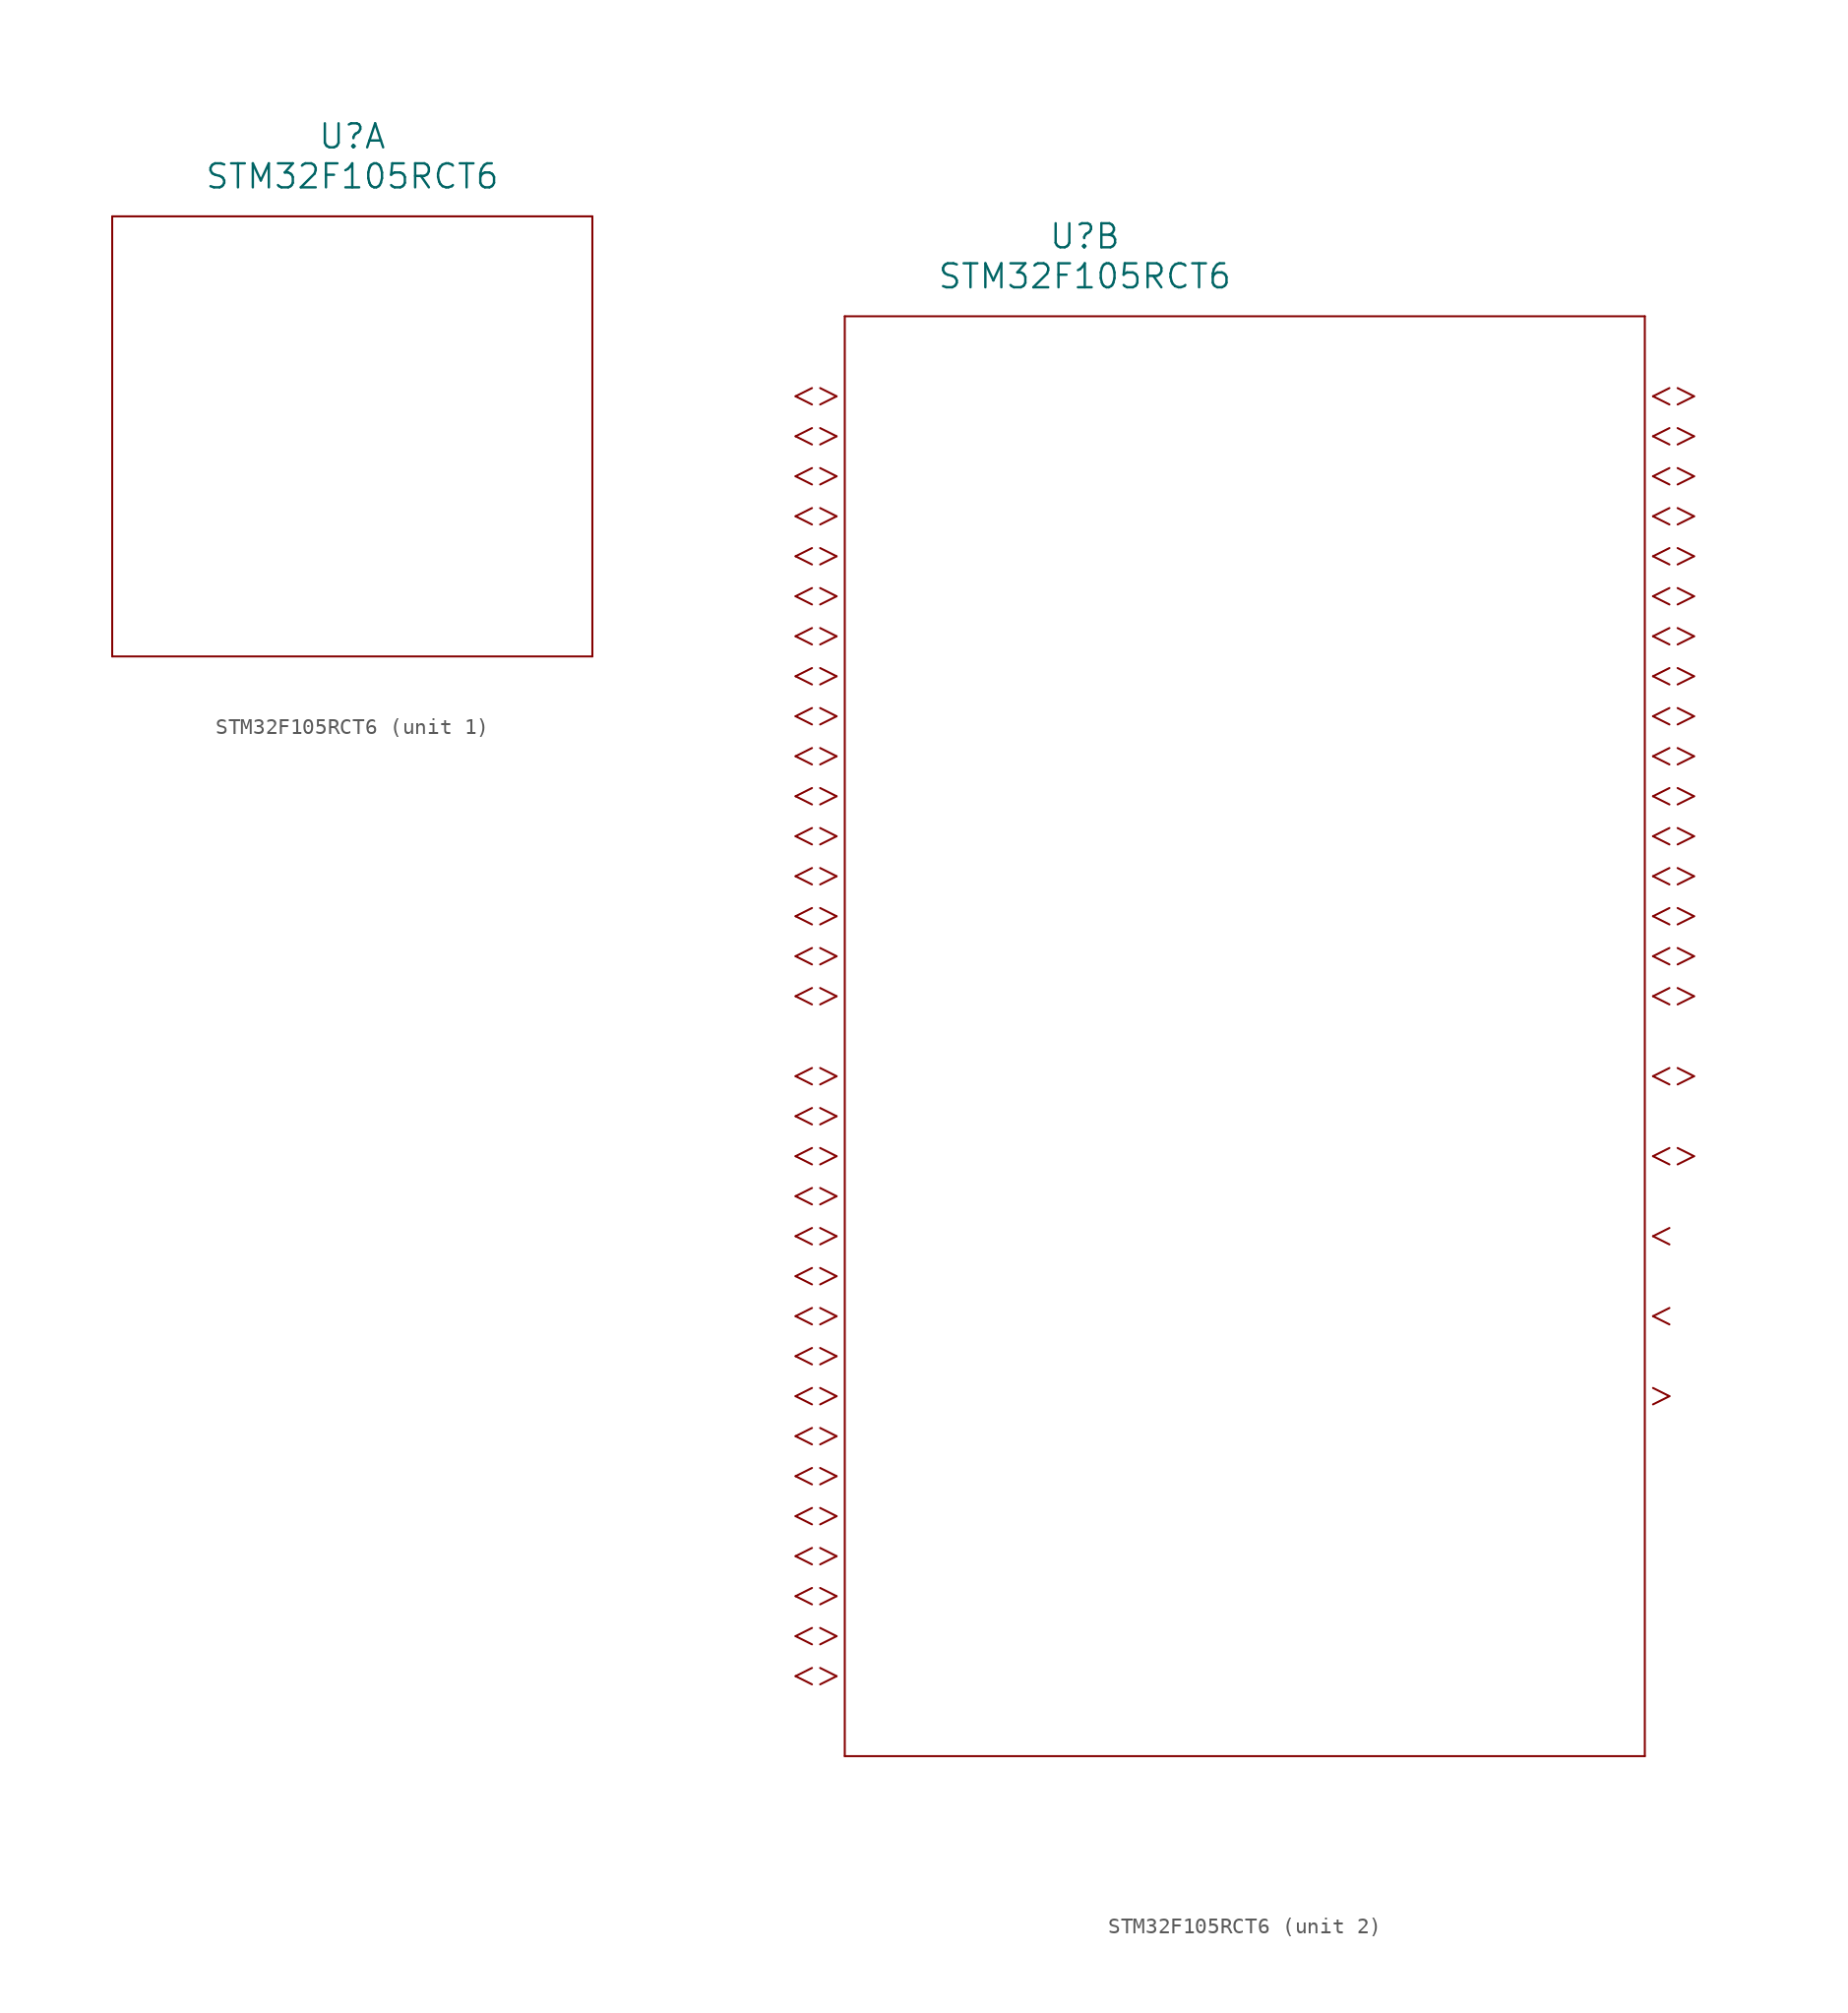
<source format=kicad_sym>
(kicad_symbol_lib
  (version 20211014)
  (generator kicad_symbol_editor)
  (symbol "STM32F105RCT6"
    (pin_names
      (offset 0.254))
    (property "Reference" "U"
      (at 22.86 10.16 0)
      (effects (font (size 1.524 1.524))))
    (property "Value" "STM32F105RCT6"
      (at 22.86 7.62 0)
      (effects (font (size 1.524 1.524))))
    (symbol "STM32F105RCT6_1_1"
      (polyline (pts (xy 7.62 5.08) (xy 7.62 -22.86)) (stroke (width 0.127) (type default) (color 0 0 0 0)) (fill (type none)))
      (polyline (pts (xy 7.62 -22.86) (xy 38.1 -22.86)) (stroke (width 0.127) (type default) (color 0 0 0 0)) (fill (type none)))
      (polyline (pts (xy 38.1 -22.86) (xy 38.1 5.08)) (stroke (width 0.127) (type default) (color 0 0 0 0)) (fill (type none)))
      (polyline (pts (xy 38.1 5.08) (xy 7.62 5.08)) (stroke (width 0.127) (type default) (color 0 0 0 0)) (fill (type none))))
    (symbol "STM32F105RCT6_2_1"
      (polyline (pts (xy 7.099 0) (xy 6.058 0.521)) (stroke (width 0.127) (type default) (color 0 0 0 0)) (fill (type none)))
      (polyline (pts (xy 7.099 0) (xy 6.058 -0.521)) (stroke (width 0.127) (type default) (color 0 0 0 0)) (fill (type none)))
      (polyline (pts (xy 5.537 0.521) (xy 4.496 0)) (stroke (width 0.127) (type default) (color 0 0 0 0)) (fill (type none)))
      (polyline (pts (xy 5.537 -0.521) (xy 4.496 0)) (stroke (width 0.127) (type default) (color 0 0 0 0)) (fill (type none)))
      (polyline (pts (xy 7.099 -2.54) (xy 6.058 -2.019)) (stroke (width 0.127) (type default) (color 0 0 0 0)) (fill (type none)))
      (polyline (pts (xy 7.099 -2.54) (xy 6.058 -3.061)) (stroke (width 0.127) (type default) (color 0 0 0 0)) (fill (type none)))
      (polyline (pts (xy 5.537 -2.019) (xy 4.496 -2.54)) (stroke (width 0.127) (type default) (color 0 0 0 0)) (fill (type none)))
      (polyline (pts (xy 5.537 -3.061) (xy 4.496 -2.54)) (stroke (width 0.127) (type default) (color 0 0 0 0)) (fill (type none)))
      (polyline (pts (xy 7.099 -5.08) (xy 6.058 -4.559)) (stroke (width 0.127) (type default) (color 0 0 0 0)) (fill (type none)))
      (polyline (pts (xy 7.099 -5.08) (xy 6.058 -5.601)) (stroke (width 0.127) (type default) (color 0 0 0 0)) (fill (type none)))
      (polyline (pts (xy 5.537 -4.559) (xy 4.496 -5.08)) (stroke (width 0.127) (type default) (color 0 0 0 0)) (fill (type none)))
      (polyline (pts (xy 5.537 -5.601) (xy 4.496 -5.08)) (stroke (width 0.127) (type default) (color 0 0 0 0)) (fill (type none)))
      (polyline (pts (xy 7.099 -7.62) (xy 6.058 -7.099)) (stroke (width 0.127) (type default) (color 0 0 0 0)) (fill (type none)))
      (polyline (pts (xy 7.099 -7.62) (xy 6.058 -8.141)) (stroke (width 0.127) (type default) (color 0 0 0 0)) (fill (type none)))
      (polyline (pts (xy 5.537 -7.099) (xy 4.496 -7.62)) (stroke (width 0.127) (type default) (color 0 0 0 0)) (fill (type none)))
      (polyline (pts (xy 5.537 -8.141) (xy 4.496 -7.62)) (stroke (width 0.127) (type default) (color 0 0 0 0)) (fill (type none)))
      (polyline (pts (xy 7.099 -10.16) (xy 6.058 -9.639)) (stroke (width 0.127) (type default) (color 0 0 0 0)) (fill (type none)))
      (polyline (pts (xy 7.099 -10.16) (xy 6.058 -10.681)) (stroke (width 0.127) (type default) (color 0 0 0 0)) (fill (type none)))
      (polyline (pts (xy 5.537 -9.639) (xy 4.496 -10.16)) (stroke (width 0.127) (type default) (color 0 0 0 0)) (fill (type none)))
      (polyline (pts (xy 5.537 -10.681) (xy 4.496 -10.16)) (stroke (width 0.127) (type default) (color 0 0 0 0)) (fill (type none)))
      (polyline (pts (xy 7.099 -12.7) (xy 6.058 -12.179)) (stroke (width 0.127) (type default) (color 0 0 0 0)) (fill (type none)))
      (polyline (pts (xy 7.099 -12.7) (xy 6.058 -13.221)) (stroke (width 0.127) (type default) (color 0 0 0 0)) (fill (type none)))
      (polyline (pts (xy 5.537 -12.179) (xy 4.496 -12.7)) (stroke (width 0.127) (type default) (color 0 0 0 0)) (fill (type none)))
      (polyline (pts (xy 5.537 -13.221) (xy 4.496 -12.7)) (stroke (width 0.127) (type default) (color 0 0 0 0)) (fill (type none)))
      (polyline (pts (xy 7.099 -15.24) (xy 6.058 -14.719)) (stroke (width 0.127) (type default) (color 0 0 0 0)) (fill (type none)))
      (polyline (pts (xy 7.099 -15.24) (xy 6.058 -15.761)) (stroke (width 0.127) (type default) (color 0 0 0 0)) (fill (type none)))
      (polyline (pts (xy 5.537 -14.719) (xy 4.496 -15.24)) (stroke (width 0.127) (type default) (color 0 0 0 0)) (fill (type none)))
      (polyline (pts (xy 5.537 -15.761) (xy 4.496 -15.24)) (stroke (width 0.127) (type default) (color 0 0 0 0)) (fill (type none)))
      (polyline (pts (xy 7.099 -17.78) (xy 6.058 -17.259)) (stroke (width 0.127) (type default) (color 0 0 0 0)) (fill (type none)))
      (polyline (pts (xy 7.099 -17.78) (xy 6.058 -18.301)) (stroke (width 0.127) (type default) (color 0 0 0 0)) (fill (type none)))
      (polyline (pts (xy 5.537 -17.259) (xy 4.496 -17.78)) (stroke (width 0.127) (type default) (color 0 0 0 0)) (fill (type none)))
      (polyline (pts (xy 5.537 -18.301) (xy 4.496 -17.78)) (stroke (width 0.127) (type default) (color 0 0 0 0)) (fill (type none)))
      (polyline (pts (xy 7.099 -20.32) (xy 6.058 -19.799)) (stroke (width 0.127) (type default) (color 0 0 0 0)) (fill (type none)))
      (polyline (pts (xy 7.099 -20.32) (xy 6.058 -20.841)) (stroke (width 0.127) (type default) (color 0 0 0 0)) (fill (type none)))
      (polyline (pts (xy 5.537 -19.799) (xy 4.496 -20.32)) (stroke (width 0.127) (type default) (color 0 0 0 0)) (fill (type none)))
      (polyline (pts (xy 5.537 -20.841) (xy 4.496 -20.32)) (stroke (width 0.127) (type default) (color 0 0 0 0)) (fill (type none)))
      (polyline (pts (xy 7.099 -22.86) (xy 6.058 -22.339)) (stroke (width 0.127) (type default) (color 0 0 0 0)) (fill (type none)))
      (polyline (pts (xy 7.099 -22.86) (xy 6.058 -23.381)) (stroke (width 0.127) (type default) (color 0 0 0 0)) (fill (type none)))
      (polyline (pts (xy 5.537 -22.339) (xy 4.496 -22.86)) (stroke (width 0.127) (type default) (color 0 0 0 0)) (fill (type none)))
      (polyline (pts (xy 5.537 -23.381) (xy 4.496 -22.86)) (stroke (width 0.127) (type default) (color 0 0 0 0)) (fill (type none)))
      (polyline (pts (xy 7.099 -25.4) (xy 6.058 -24.879)) (stroke (width 0.127) (type default) (color 0 0 0 0)) (fill (type none)))
      (polyline (pts (xy 7.099 -25.4) (xy 6.058 -25.921)) (stroke (width 0.127) (type default) (color 0 0 0 0)) (fill (type none)))
      (polyline (pts (xy 5.537 -24.879) (xy 4.496 -25.4)) (stroke (width 0.127) (type default) (color 0 0 0 0)) (fill (type none)))
      (polyline (pts (xy 5.537 -25.921) (xy 4.496 -25.4)) (stroke (width 0.127) (type default) (color 0 0 0 0)) (fill (type none)))
      (polyline (pts (xy 7.099 -27.94) (xy 6.058 -27.419)) (stroke (width 0.127) (type default) (color 0 0 0 0)) (fill (type none)))
      (polyline (pts (xy 7.099 -27.94) (xy 6.058 -28.461)) (stroke (width 0.127) (type default) (color 0 0 0 0)) (fill (type none)))
      (polyline (pts (xy 5.537 -27.419) (xy 4.496 -27.94)) (stroke (width 0.127) (type default) (color 0 0 0 0)) (fill (type none)))
      (polyline (pts (xy 5.537 -28.461) (xy 4.496 -27.94)) (stroke (width 0.127) (type default) (color 0 0 0 0)) (fill (type none)))
      (polyline (pts (xy 7.099 -30.48) (xy 6.058 -29.959)) (stroke (width 0.127) (type default) (color 0 0 0 0)) (fill (type none)))
      (polyline (pts (xy 7.099 -30.48) (xy 6.058 -31.001)) (stroke (width 0.127) (type default) (color 0 0 0 0)) (fill (type none)))
      (polyline (pts (xy 5.537 -29.959) (xy 4.496 -30.48)) (stroke (width 0.127) (type default) (color 0 0 0 0)) (fill (type none)))
      (polyline (pts (xy 5.537 -31.001) (xy 4.496 -30.48)) (stroke (width 0.127) (type default) (color 0 0 0 0)) (fill (type none)))
      (polyline (pts (xy 7.099 -33.02) (xy 6.058 -32.499)) (stroke (width 0.127) (type default) (color 0 0 0 0)) (fill (type none)))
      (polyline (pts (xy 7.099 -33.02) (xy 6.058 -33.541)) (stroke (width 0.127) (type default) (color 0 0 0 0)) (fill (type none)))
      (polyline (pts (xy 5.537 -32.499) (xy 4.496 -33.02)) (stroke (width 0.127) (type default) (color 0 0 0 0)) (fill (type none)))
      (polyline (pts (xy 5.537 -33.541) (xy 4.496 -33.02)) (stroke (width 0.127) (type default) (color 0 0 0 0)) (fill (type none)))
      (polyline (pts (xy 7.099 -35.56) (xy 6.058 -35.039)) (stroke (width 0.127) (type default) (color 0 0 0 0)) (fill (type none)))
      (polyline (pts (xy 7.099 -35.56) (xy 6.058 -36.081)) (stroke (width 0.127) (type default) (color 0 0 0 0)) (fill (type none)))
      (polyline (pts (xy 5.537 -35.039) (xy 4.496 -35.56)) (stroke (width 0.127) (type default) (color 0 0 0 0)) (fill (type none)))
      (polyline (pts (xy 5.537 -36.081) (xy 4.496 -35.56)) (stroke (width 0.127) (type default) (color 0 0 0 0)) (fill (type none)))
      (polyline (pts (xy 7.099 -38.1) (xy 6.058 -37.579)) (stroke (width 0.127) (type default) (color 0 0 0 0)) (fill (type none)))
      (polyline (pts (xy 7.099 -38.1) (xy 6.058 -38.621)) (stroke (width 0.127) (type default) (color 0 0 0 0)) (fill (type none)))
      (polyline (pts (xy 5.537 -37.579) (xy 4.496 -38.1)) (stroke (width 0.127) (type default) (color 0 0 0 0)) (fill (type none)))
      (polyline (pts (xy 5.537 -38.621) (xy 4.496 -38.1)) (stroke (width 0.127) (type default) (color 0 0 0 0)) (fill (type none)))
      (polyline (pts (xy 7.099 -43.18) (xy 6.058 -42.659)) (stroke (width 0.127) (type default) (color 0 0 0 0)) (fill (type none)))
      (polyline (pts (xy 7.099 -43.18) (xy 6.058 -43.701)) (stroke (width 0.127) (type default) (color 0 0 0 0)) (fill (type none)))
      (polyline (pts (xy 5.537 -42.659) (xy 4.496 -43.18)) (stroke (width 0.127) (type default) (color 0 0 0 0)) (fill (type none)))
      (polyline (pts (xy 5.537 -43.701) (xy 4.496 -43.18)) (stroke (width 0.127) (type default) (color 0 0 0 0)) (fill (type none)))
      (polyline (pts (xy 7.099 -45.72) (xy 6.058 -45.199)) (stroke (width 0.127) (type default) (color 0 0 0 0)) (fill (type none)))
      (polyline (pts (xy 7.099 -45.72) (xy 6.058 -46.241)) (stroke (width 0.127) (type default) (color 0 0 0 0)) (fill (type none)))
      (polyline (pts (xy 5.537 -45.199) (xy 4.496 -45.72)) (stroke (width 0.127) (type default) (color 0 0 0 0)) (fill (type none)))
      (polyline (pts (xy 5.537 -46.241) (xy 4.496 -45.72)) (stroke (width 0.127) (type default) (color 0 0 0 0)) (fill (type none)))
      (polyline (pts (xy 7.099 -48.26) (xy 6.058 -47.739)) (stroke (width 0.127) (type default) (color 0 0 0 0)) (fill (type none)))
      (polyline (pts (xy 7.099 -48.26) (xy 6.058 -48.781)) (stroke (width 0.127) (type default) (color 0 0 0 0)) (fill (type none)))
      (polyline (pts (xy 5.537 -47.739) (xy 4.496 -48.26)) (stroke (width 0.127) (type default) (color 0 0 0 0)) (fill (type none)))
      (polyline (pts (xy 5.537 -48.781) (xy 4.496 -48.26)) (stroke (width 0.127) (type default) (color 0 0 0 0)) (fill (type none)))
      (polyline (pts (xy 7.099 -50.8) (xy 6.058 -50.279)) (stroke (width 0.127) (type default) (color 0 0 0 0)) (fill (type none)))
      (polyline (pts (xy 7.099 -50.8) (xy 6.058 -51.321)) (stroke (width 0.127) (type default) (color 0 0 0 0)) (fill (type none)))
      (polyline (pts (xy 5.537 -50.279) (xy 4.496 -50.8)) (stroke (width 0.127) (type default) (color 0 0 0 0)) (fill (type none)))
      (polyline (pts (xy 5.537 -51.321) (xy 4.496 -50.8)) (stroke (width 0.127) (type default) (color 0 0 0 0)) (fill (type none)))
      (polyline (pts (xy 7.099 -53.34) (xy 6.058 -52.819)) (stroke (width 0.127) (type default) (color 0 0 0 0)) (fill (type none)))
      (polyline (pts (xy 7.099 -53.34) (xy 6.058 -53.861)) (stroke (width 0.127) (type default) (color 0 0 0 0)) (fill (type none)))
      (polyline (pts (xy 5.537 -52.819) (xy 4.496 -53.34)) (stroke (width 0.127) (type default) (color 0 0 0 0)) (fill (type none)))
      (polyline (pts (xy 5.537 -53.861) (xy 4.496 -53.34)) (stroke (width 0.127) (type default) (color 0 0 0 0)) (fill (type none)))
      (polyline (pts (xy 7.099 -55.88) (xy 6.058 -55.359)) (stroke (width 0.127) (type default) (color 0 0 0 0)) (fill (type none)))
      (polyline (pts (xy 7.099 -55.88) (xy 6.058 -56.401)) (stroke (width 0.127) (type default) (color 0 0 0 0)) (fill (type none)))
      (polyline (pts (xy 5.537 -55.359) (xy 4.496 -55.88)) (stroke (width 0.127) (type default) (color 0 0 0 0)) (fill (type none)))
      (polyline (pts (xy 5.537 -56.401) (xy 4.496 -55.88)) (stroke (width 0.127) (type default) (color 0 0 0 0)) (fill (type none)))
      (polyline (pts (xy 7.099 -58.42) (xy 6.058 -57.899)) (stroke (width 0.127) (type default) (color 0 0 0 0)) (fill (type none)))
      (polyline (pts (xy 7.099 -58.42) (xy 6.058 -58.941)) (stroke (width 0.127) (type default) (color 0 0 0 0)) (fill (type none)))
      (polyline (pts (xy 5.537 -57.899) (xy 4.496 -58.42)) (stroke (width 0.127) (type default) (color 0 0 0 0)) (fill (type none)))
      (polyline (pts (xy 5.537 -58.941) (xy 4.496 -58.42)) (stroke (width 0.127) (type default) (color 0 0 0 0)) (fill (type none)))
      (polyline (pts (xy 7.099 -60.96) (xy 6.058 -60.439)) (stroke (width 0.127) (type default) (color 0 0 0 0)) (fill (type none)))
      (polyline (pts (xy 7.099 -60.96) (xy 6.058 -61.481)) (stroke (width 0.127) (type default) (color 0 0 0 0)) (fill (type none)))
      (polyline (pts (xy 5.537 -60.439) (xy 4.496 -60.96)) (stroke (width 0.127) (type default) (color 0 0 0 0)) (fill (type none)))
      (polyline (pts (xy 5.537 -61.481) (xy 4.496 -60.96)) (stroke (width 0.127) (type default) (color 0 0 0 0)) (fill (type none)))
      (polyline (pts (xy 7.099 -63.5) (xy 6.058 -62.979)) (stroke (width 0.127) (type default) (color 0 0 0 0)) (fill (type none)))
      (polyline (pts (xy 7.099 -63.5) (xy 6.058 -64.021)) (stroke (width 0.127) (type default) (color 0 0 0 0)) (fill (type none)))
      (polyline (pts (xy 5.537 -62.979) (xy 4.496 -63.5)) (stroke (width 0.127) (type default) (color 0 0 0 0)) (fill (type none)))
      (polyline (pts (xy 5.537 -64.021) (xy 4.496 -63.5)) (stroke (width 0.127) (type default) (color 0 0 0 0)) (fill (type none)))
      (polyline (pts (xy 7.099 -66.04) (xy 6.058 -65.519)) (stroke (width 0.127) (type default) (color 0 0 0 0)) (fill (type none)))
      (polyline (pts (xy 7.099 -66.04) (xy 6.058 -66.561)) (stroke (width 0.127) (type default) (color 0 0 0 0)) (fill (type none)))
      (polyline (pts (xy 5.537 -65.519) (xy 4.496 -66.04)) (stroke (width 0.127) (type default) (color 0 0 0 0)) (fill (type none)))
      (polyline (pts (xy 5.537 -66.561) (xy 4.496 -66.04)) (stroke (width 0.127) (type default) (color 0 0 0 0)) (fill (type none)))
      (polyline (pts (xy 7.099 -68.58) (xy 6.058 -68.059)) (stroke (width 0.127) (type default) (color 0 0 0 0)) (fill (type none)))
      (polyline (pts (xy 7.099 -68.58) (xy 6.058 -69.101)) (stroke (width 0.127) (type default) (color 0 0 0 0)) (fill (type none)))
      (polyline (pts (xy 5.537 -68.059) (xy 4.496 -68.58)) (stroke (width 0.127) (type default) (color 0 0 0 0)) (fill (type none)))
      (polyline (pts (xy 5.537 -69.101) (xy 4.496 -68.58)) (stroke (width 0.127) (type default) (color 0 0 0 0)) (fill (type none)))
      (polyline (pts (xy 7.099 -71.12) (xy 6.058 -70.599)) (stroke (width 0.127) (type default) (color 0 0 0 0)) (fill (type none)))
      (polyline (pts (xy 7.099 -71.12) (xy 6.058 -71.641)) (stroke (width 0.127) (type default) (color 0 0 0 0)) (fill (type none)))
      (polyline (pts (xy 5.537 -70.599) (xy 4.496 -71.12)) (stroke (width 0.127) (type default) (color 0 0 0 0)) (fill (type none)))
      (polyline (pts (xy 5.537 -71.641) (xy 4.496 -71.12)) (stroke (width 0.127) (type default) (color 0 0 0 0)) (fill (type none)))
      (polyline (pts (xy 7.099 -73.66) (xy 6.058 -73.139)) (stroke (width 0.127) (type default) (color 0 0 0 0)) (fill (type none)))
      (polyline (pts (xy 7.099 -73.66) (xy 6.058 -74.181)) (stroke (width 0.127) (type default) (color 0 0 0 0)) (fill (type none)))
      (polyline (pts (xy 5.537 -73.139) (xy 4.496 -73.66)) (stroke (width 0.127) (type default) (color 0 0 0 0)) (fill (type none)))
      (polyline (pts (xy 5.537 -74.181) (xy 4.496 -73.66)) (stroke (width 0.127) (type default) (color 0 0 0 0)) (fill (type none)))
      (polyline (pts (xy 7.099 -76.2) (xy 6.058 -75.679)) (stroke (width 0.127) (type default) (color 0 0 0 0)) (fill (type none)))
      (polyline (pts (xy 7.099 -76.2) (xy 6.058 -76.721)) (stroke (width 0.127) (type default) (color 0 0 0 0)) (fill (type none)))
      (polyline (pts (xy 5.537 -75.679) (xy 4.496 -76.2)) (stroke (width 0.127) (type default) (color 0 0 0 0)) (fill (type none)))
      (polyline (pts (xy 5.537 -76.721) (xy 4.496 -76.2)) (stroke (width 0.127) (type default) (color 0 0 0 0)) (fill (type none)))
      (polyline (pts (xy 7.099 -78.74) (xy 6.058 -78.219)) (stroke (width 0.127) (type default) (color 0 0 0 0)) (fill (type none)))
      (polyline (pts (xy 7.099 -78.74) (xy 6.058 -79.261)) (stroke (width 0.127) (type default) (color 0 0 0 0)) (fill (type none)))
      (polyline (pts (xy 5.537 -78.219) (xy 4.496 -78.74)) (stroke (width 0.127) (type default) (color 0 0 0 0)) (fill (type none)))
      (polyline (pts (xy 5.537 -79.261) (xy 4.496 -78.74)) (stroke (width 0.127) (type default) (color 0 0 0 0)) (fill (type none)))
      (polyline (pts (xy 7.099 -81.28) (xy 6.058 -80.759)) (stroke (width 0.127) (type default) (color 0 0 0 0)) (fill (type none)))
      (polyline (pts (xy 7.099 -81.28) (xy 6.058 -81.801)) (stroke (width 0.127) (type default) (color 0 0 0 0)) (fill (type none)))
      (polyline (pts (xy 5.537 -80.759) (xy 4.496 -81.28)) (stroke (width 0.127) (type default) (color 0 0 0 0)) (fill (type none)))
      (polyline (pts (xy 5.537 -81.801) (xy 4.496 -81.28)) (stroke (width 0.127) (type default) (color 0 0 0 0)) (fill (type none)))
      (polyline (pts (xy 58.941 0) (xy 59.982 0.521)) (stroke (width 0.127) (type default) (color 0 0 0 0)) (fill (type none)))
      (polyline (pts (xy 58.941 0) (xy 59.982 -0.521)) (stroke (width 0.127) (type default) (color 0 0 0 0)) (fill (type none)))
      (polyline (pts (xy 60.503 0.521) (xy 61.544 0)) (stroke (width 0.127) (type default) (color 0 0 0 0)) (fill (type none)))
      (polyline (pts (xy 60.503 -0.521) (xy 61.544 0)) (stroke (width 0.127) (type default) (color 0 0 0 0)) (fill (type none)))
      (polyline (pts (xy 58.941 -2.54) (xy 59.982 -2.019)) (stroke (width 0.127) (type default) (color 0 0 0 0)) (fill (type none)))
      (polyline (pts (xy 58.941 -2.54) (xy 59.982 -3.061)) (stroke (width 0.127) (type default) (color 0 0 0 0)) (fill (type none)))
      (polyline (pts (xy 60.503 -2.019) (xy 61.544 -2.54)) (stroke (width 0.127) (type default) (color 0 0 0 0)) (fill (type none)))
      (polyline (pts (xy 60.503 -3.061) (xy 61.544 -2.54)) (stroke (width 0.127) (type default) (color 0 0 0 0)) (fill (type none)))
      (polyline (pts (xy 58.941 -5.08) (xy 59.982 -4.559)) (stroke (width 0.127) (type default) (color 0 0 0 0)) (fill (type none)))
      (polyline (pts (xy 58.941 -5.08) (xy 59.982 -5.601)) (stroke (width 0.127) (type default) (color 0 0 0 0)) (fill (type none)))
      (polyline (pts (xy 60.503 -4.559) (xy 61.544 -5.08)) (stroke (width 0.127) (type default) (color 0 0 0 0)) (fill (type none)))
      (polyline (pts (xy 60.503 -5.601) (xy 61.544 -5.08)) (stroke (width 0.127) (type default) (color 0 0 0 0)) (fill (type none)))
      (polyline (pts (xy 58.941 -7.62) (xy 59.982 -7.099)) (stroke (width 0.127) (type default) (color 0 0 0 0)) (fill (type none)))
      (polyline (pts (xy 58.941 -7.62) (xy 59.982 -8.141)) (stroke (width 0.127) (type default) (color 0 0 0 0)) (fill (type none)))
      (polyline (pts (xy 60.503 -7.099) (xy 61.544 -7.62)) (stroke (width 0.127) (type default) (color 0 0 0 0)) (fill (type none)))
      (polyline (pts (xy 60.503 -8.141) (xy 61.544 -7.62)) (stroke (width 0.127) (type default) (color 0 0 0 0)) (fill (type none)))
      (polyline (pts (xy 58.941 -10.16) (xy 59.982 -9.639)) (stroke (width 0.127) (type default) (color 0 0 0 0)) (fill (type none)))
      (polyline (pts (xy 58.941 -10.16) (xy 59.982 -10.681)) (stroke (width 0.127) (type default) (color 0 0 0 0)) (fill (type none)))
      (polyline (pts (xy 60.503 -9.639) (xy 61.544 -10.16)) (stroke (width 0.127) (type default) (color 0 0 0 0)) (fill (type none)))
      (polyline (pts (xy 60.503 -10.681) (xy 61.544 -10.16)) (stroke (width 0.127) (type default) (color 0 0 0 0)) (fill (type none)))
      (polyline (pts (xy 58.941 -12.7) (xy 59.982 -12.179)) (stroke (width 0.127) (type default) (color 0 0 0 0)) (fill (type none)))
      (polyline (pts (xy 58.941 -12.7) (xy 59.982 -13.221)) (stroke (width 0.127) (type default) (color 0 0 0 0)) (fill (type none)))
      (polyline (pts (xy 60.503 -12.179) (xy 61.544 -12.7)) (stroke (width 0.127) (type default) (color 0 0 0 0)) (fill (type none)))
      (polyline (pts (xy 60.503 -13.221) (xy 61.544 -12.7)) (stroke (width 0.127) (type default) (color 0 0 0 0)) (fill (type none)))
      (polyline (pts (xy 58.941 -15.24) (xy 59.982 -14.719)) (stroke (width 0.127) (type default) (color 0 0 0 0)) (fill (type none)))
      (polyline (pts (xy 58.941 -15.24) (xy 59.982 -15.761)) (stroke (width 0.127) (type default) (color 0 0 0 0)) (fill (type none)))
      (polyline (pts (xy 60.503 -14.719) (xy 61.544 -15.24)) (stroke (width 0.127) (type default) (color 0 0 0 0)) (fill (type none)))
      (polyline (pts (xy 60.503 -15.761) (xy 61.544 -15.24)) (stroke (width 0.127) (type default) (color 0 0 0 0)) (fill (type none)))
      (polyline (pts (xy 58.941 -17.78) (xy 59.982 -17.259)) (stroke (width 0.127) (type default) (color 0 0 0 0)) (fill (type none)))
      (polyline (pts (xy 58.941 -17.78) (xy 59.982 -18.301)) (stroke (width 0.127) (type default) (color 0 0 0 0)) (fill (type none)))
      (polyline (pts (xy 60.503 -17.259) (xy 61.544 -17.78)) (stroke (width 0.127) (type default) (color 0 0 0 0)) (fill (type none)))
      (polyline (pts (xy 60.503 -18.301) (xy 61.544 -17.78)) (stroke (width 0.127) (type default) (color 0 0 0 0)) (fill (type none)))
      (polyline (pts (xy 58.941 -20.32) (xy 59.982 -19.799)) (stroke (width 0.127) (type default) (color 0 0 0 0)) (fill (type none)))
      (polyline (pts (xy 58.941 -20.32) (xy 59.982 -20.841)) (stroke (width 0.127) (type default) (color 0 0 0 0)) (fill (type none)))
      (polyline (pts (xy 60.503 -19.799) (xy 61.544 -20.32)) (stroke (width 0.127) (type default) (color 0 0 0 0)) (fill (type none)))
      (polyline (pts (xy 60.503 -20.841) (xy 61.544 -20.32)) (stroke (width 0.127) (type default) (color 0 0 0 0)) (fill (type none)))
      (polyline (pts (xy 58.941 -22.86) (xy 59.982 -22.339)) (stroke (width 0.127) (type default) (color 0 0 0 0)) (fill (type none)))
      (polyline (pts (xy 58.941 -22.86) (xy 59.982 -23.381)) (stroke (width 0.127) (type default) (color 0 0 0 0)) (fill (type none)))
      (polyline (pts (xy 60.503 -22.339) (xy 61.544 -22.86)) (stroke (width 0.127) (type default) (color 0 0 0 0)) (fill (type none)))
      (polyline (pts (xy 60.503 -23.381) (xy 61.544 -22.86)) (stroke (width 0.127) (type default) (color 0 0 0 0)) (fill (type none)))
      (polyline (pts (xy 58.941 -25.4) (xy 59.982 -24.879)) (stroke (width 0.127) (type default) (color 0 0 0 0)) (fill (type none)))
      (polyline (pts (xy 58.941 -25.4) (xy 59.982 -25.921)) (stroke (width 0.127) (type default) (color 0 0 0 0)) (fill (type none)))
      (polyline (pts (xy 60.503 -24.879) (xy 61.544 -25.4)) (stroke (width 0.127) (type default) (color 0 0 0 0)) (fill (type none)))
      (polyline (pts (xy 60.503 -25.921) (xy 61.544 -25.4)) (stroke (width 0.127) (type default) (color 0 0 0 0)) (fill (type none)))
      (polyline (pts (xy 58.941 -27.94) (xy 59.982 -27.419)) (stroke (width 0.127) (type default) (color 0 0 0 0)) (fill (type none)))
      (polyline (pts (xy 58.941 -27.94) (xy 59.982 -28.461)) (stroke (width 0.127) (type default) (color 0 0 0 0)) (fill (type none)))
      (polyline (pts (xy 60.503 -27.419) (xy 61.544 -27.94)) (stroke (width 0.127) (type default) (color 0 0 0 0)) (fill (type none)))
      (polyline (pts (xy 60.503 -28.461) (xy 61.544 -27.94)) (stroke (width 0.127) (type default) (color 0 0 0 0)) (fill (type none)))
      (polyline (pts (xy 58.941 -30.48) (xy 59.982 -29.959)) (stroke (width 0.127) (type default) (color 0 0 0 0)) (fill (type none)))
      (polyline (pts (xy 58.941 -30.48) (xy 59.982 -31.001)) (stroke (width 0.127) (type default) (color 0 0 0 0)) (fill (type none)))
      (polyline (pts (xy 60.503 -29.959) (xy 61.544 -30.48)) (stroke (width 0.127) (type default) (color 0 0 0 0)) (fill (type none)))
      (polyline (pts (xy 60.503 -31.001) (xy 61.544 -30.48)) (stroke (width 0.127) (type default) (color 0 0 0 0)) (fill (type none)))
      (polyline (pts (xy 58.941 -33.02) (xy 59.982 -32.499)) (stroke (width 0.127) (type default) (color 0 0 0 0)) (fill (type none)))
      (polyline (pts (xy 58.941 -33.02) (xy 59.982 -33.541)) (stroke (width 0.127) (type default) (color 0 0 0 0)) (fill (type none)))
      (polyline (pts (xy 60.503 -32.499) (xy 61.544 -33.02)) (stroke (width 0.127) (type default) (color 0 0 0 0)) (fill (type none)))
      (polyline (pts (xy 60.503 -33.541) (xy 61.544 -33.02)) (stroke (width 0.127) (type default) (color 0 0 0 0)) (fill (type none)))
      (polyline (pts (xy 58.941 -35.56) (xy 59.982 -35.039)) (stroke (width 0.127) (type default) (color 0 0 0 0)) (fill (type none)))
      (polyline (pts (xy 58.941 -35.56) (xy 59.982 -36.081)) (stroke (width 0.127) (type default) (color 0 0 0 0)) (fill (type none)))
      (polyline (pts (xy 60.503 -35.039) (xy 61.544 -35.56)) (stroke (width 0.127) (type default) (color 0 0 0 0)) (fill (type none)))
      (polyline (pts (xy 60.503 -36.081) (xy 61.544 -35.56)) (stroke (width 0.127) (type default) (color 0 0 0 0)) (fill (type none)))
      (polyline (pts (xy 58.941 -38.1) (xy 59.982 -37.579)) (stroke (width 0.127) (type default) (color 0 0 0 0)) (fill (type none)))
      (polyline (pts (xy 58.941 -38.1) (xy 59.982 -38.621)) (stroke (width 0.127) (type default) (color 0 0 0 0)) (fill (type none)))
      (polyline (pts (xy 60.503 -37.579) (xy 61.544 -38.1)) (stroke (width 0.127) (type default) (color 0 0 0 0)) (fill (type none)))
      (polyline (pts (xy 60.503 -38.621) (xy 61.544 -38.1)) (stroke (width 0.127) (type default) (color 0 0 0 0)) (fill (type none)))
      (polyline (pts (xy 58.941 -43.18) (xy 59.982 -42.659)) (stroke (width 0.127) (type default) (color 0 0 0 0)) (fill (type none)))
      (polyline (pts (xy 58.941 -43.18) (xy 59.982 -43.701)) (stroke (width 0.127) (type default) (color 0 0 0 0)) (fill (type none)))
      (polyline (pts (xy 60.503 -42.659) (xy 61.544 -43.18)) (stroke (width 0.127) (type default) (color 0 0 0 0)) (fill (type none)))
      (polyline (pts (xy 60.503 -43.701) (xy 61.544 -43.18)) (stroke (width 0.127) (type default) (color 0 0 0 0)) (fill (type none)))
      (polyline (pts (xy 58.941 -48.26) (xy 59.982 -47.739)) (stroke (width 0.127) (type default) (color 0 0 0 0)) (fill (type none)))
      (polyline (pts (xy 58.941 -48.26) (xy 59.982 -48.781)) (stroke (width 0.127) (type default) (color 0 0 0 0)) (fill (type none)))
      (polyline (pts (xy 60.503 -47.739) (xy 61.544 -48.26)) (stroke (width 0.127) (type default) (color 0 0 0 0)) (fill (type none)))
      (polyline (pts (xy 60.503 -48.781) (xy 61.544 -48.26)) (stroke (width 0.127) (type default) (color 0 0 0 0)) (fill (type none)))
      (polyline (pts (xy 58.941 -53.34) (xy 59.982 -52.819)) (stroke (width 0.127) (type default) (color 0 0 0 0)) (fill (type none)))
      (polyline (pts (xy 58.941 -53.34) (xy 59.982 -53.861)) (stroke (width 0.127) (type default) (color 0 0 0 0)) (fill (type none)))
      (polyline (pts (xy 58.941 -58.42) (xy 59.982 -57.899)) (stroke (width 0.127) (type default) (color 0 0 0 0)) (fill (type none)))
      (polyline (pts (xy 58.941 -58.42) (xy 59.982 -58.941)) (stroke (width 0.127) (type default) (color 0 0 0 0)) (fill (type none)))
      (polyline (pts (xy 58.941 -62.979) (xy 59.982 -63.5)) (stroke (width 0.127) (type default) (color 0 0 0 0)) (fill (type none)))
      (polyline (pts (xy 58.941 -64.021) (xy 59.982 -63.5)) (stroke (width 0.127) (type default) (color 0 0 0 0)) (fill (type none)))
      (polyline (pts (xy 7.62 5.08) (xy 7.62 -86.36)) (stroke (width 0.127) (type default) (color 0 0 0 0)) (fill (type none)))
      (polyline (pts (xy 7.62 -86.36) (xy 58.42 -86.36)) (stroke (width 0.127) (type default) (color 0 0 0 0)) (fill (type none)))
      (polyline (pts (xy 58.42 -86.36) (xy 58.42 5.08)) (stroke (width 0.127) (type default) (color 0 0 0 0)) (fill (type none)))
      (polyline (pts (xy 58.42 5.08) (xy 7.62 5.08)) (stroke (width 0.127) (type default) (color 0 0 0 0)) (fill (type none))))))
</source>
